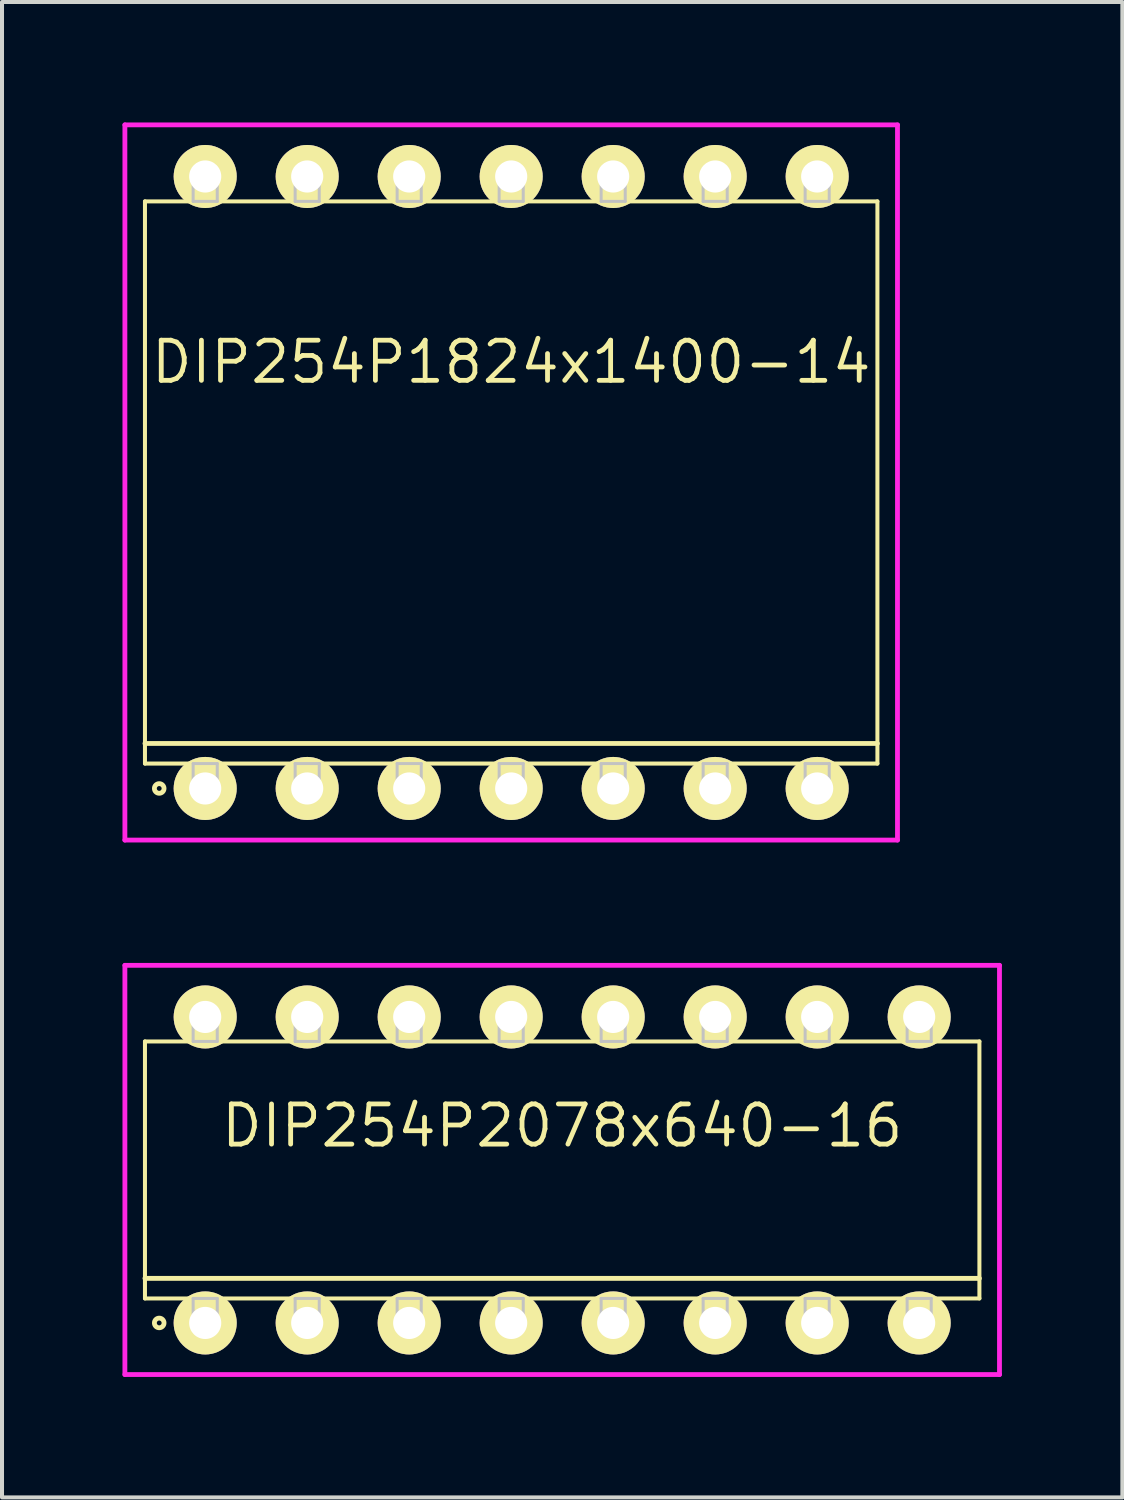
<source format=kicad_pcb>
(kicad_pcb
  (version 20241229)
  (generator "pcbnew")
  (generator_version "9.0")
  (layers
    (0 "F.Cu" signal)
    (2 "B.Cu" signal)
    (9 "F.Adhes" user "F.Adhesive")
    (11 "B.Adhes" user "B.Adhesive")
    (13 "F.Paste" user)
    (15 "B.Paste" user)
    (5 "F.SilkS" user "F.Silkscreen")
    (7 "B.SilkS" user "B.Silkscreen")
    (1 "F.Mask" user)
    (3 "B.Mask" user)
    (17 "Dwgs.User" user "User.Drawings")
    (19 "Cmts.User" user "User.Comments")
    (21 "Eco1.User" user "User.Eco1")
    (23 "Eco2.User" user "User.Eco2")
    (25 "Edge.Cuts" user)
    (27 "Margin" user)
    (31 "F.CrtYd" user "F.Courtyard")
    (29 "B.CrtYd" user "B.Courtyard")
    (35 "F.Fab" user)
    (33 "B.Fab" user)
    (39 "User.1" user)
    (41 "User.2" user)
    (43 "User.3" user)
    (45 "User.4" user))
  (footprint "DIP254P2078x640-16"
    (layer "F.Cu")
    (at 10.95 26.085)
    (property "Reference" "DIP254P2078x640-16" (at 0 -1.1 0) (layer "F.SilkS") (effects (font (size 1 1) (thickness 0.12))))
    (attr through_hole)
    (fp_line (start -10.39 -3.2) (end -10.39 3.2) (stroke (width 0.1) (type solid)) (layer "F.SilkS"))
    (fp_line (start -10.39 2.7) (end 10.39 2.7) (stroke (width 0.12) (type solid)) (layer "F.SilkS"))
    (fp_line (start -10.39 3.2) (end 10.39 3.2) (stroke (width 0.1) (type solid)) (layer "F.SilkS"))
    (fp_line (start 10.39 -3.2) (end -10.39 -3.2) (stroke (width 0.1) (type solid)) (layer "F.SilkS"))
    (fp_line (start 10.39 3.2) (end 10.39 -3.2) (stroke (width 0.1) (type solid)) (layer "F.SilkS"))
    (fp_circle (center -10.035 3.81) (end -9.915 3.81) (stroke (width 0.12) (type solid)) (fill no) (layer "F.SilkS"))
    (fp_line (start -9.19 -3.81) (end -9.19 -3.2) (stroke (width 0.075) (type solid)) (layer "Dwgs.User"))
    (fp_line (start -9.19 -3.2) (end -8.59 -3.2) (stroke (width 0.075) (type solid)) (layer "Dwgs.User"))
    (fp_line (start -9.19 3.2) (end -8.59 3.2) (stroke (width 0.075) (type solid)) (layer "Dwgs.User"))
    (fp_line (start -9.19 3.81) (end -9.19 3.2) (stroke (width 0.075) (type solid)) (layer "Dwgs.User"))
    (fp_line (start -8.59 -3.81) (end -9.19 -3.81) (stroke (width 0.075) (type solid)) (layer "Dwgs.User"))
    (fp_line (start -8.59 -3.2) (end -8.59 -3.81) (stroke (width 0.075) (type solid)) (layer "Dwgs.User"))
    (fp_line (start -8.59 3.2) (end -8.59 3.81) (stroke (width 0.075) (type solid)) (layer "Dwgs.User"))
    (fp_line (start -8.59 3.81) (end -9.19 3.81) (stroke (width 0.075) (type solid)) (layer "Dwgs.User"))
    (fp_line (start -6.65 -3.81) (end -6.65 -3.2) (stroke (width 0.075) (type solid)) (layer "Dwgs.User"))
    (fp_line (start -6.65 -3.2) (end -6.05 -3.2) (stroke (width 0.075) (type solid)) (layer "Dwgs.User"))
    (fp_line (start -6.65 3.2) (end -6.05 3.2) (stroke (width 0.075) (type solid)) (layer "Dwgs.User"))
    (fp_line (start -6.65 3.81) (end -6.65 3.2) (stroke (width 0.075) (type solid)) (layer "Dwgs.User"))
    (fp_line (start -6.05 -3.81) (end -6.65 -3.81) (stroke (width 0.075) (type solid)) (layer "Dwgs.User"))
    (fp_line (start -6.05 -3.2) (end -6.05 -3.81) (stroke (width 0.075) (type solid)) (layer "Dwgs.User"))
    (fp_line (start -6.05 3.2) (end -6.05 3.81) (stroke (width 0.075) (type solid)) (layer "Dwgs.User"))
    (fp_line (start -6.05 3.81) (end -6.65 3.81) (stroke (width 0.075) (type solid)) (layer "Dwgs.User"))
    (fp_line (start -4.11 -3.81) (end -4.11 -3.2) (stroke (width 0.075) (type solid)) (layer "Dwgs.User"))
    (fp_line (start -4.11 -3.2) (end -3.51 -3.2) (stroke (width 0.075) (type solid)) (layer "Dwgs.User"))
    (fp_line (start -4.11 3.2) (end -3.51 3.2) (stroke (width 0.075) (type solid)) (layer "Dwgs.User"))
    (fp_line (start -4.11 3.81) (end -4.11 3.2) (stroke (width 0.075) (type solid)) (layer "Dwgs.User"))
    (fp_line (start -3.51 -3.81) (end -4.11 -3.81) (stroke (width 0.075) (type solid)) (layer "Dwgs.User"))
    (fp_line (start -3.51 -3.2) (end -3.51 -3.81) (stroke (width 0.075) (type solid)) (layer "Dwgs.User"))
    (fp_line (start -3.51 3.2) (end -3.51 3.81) (stroke (width 0.075) (type solid)) (layer "Dwgs.User"))
    (fp_line (start -3.51 3.81) (end -4.11 3.81) (stroke (width 0.075) (type solid)) (layer "Dwgs.User"))
    (fp_line (start -1.57 -3.81) (end -1.57 -3.2) (stroke (width 0.075) (type solid)) (layer "Dwgs.User"))
    (fp_line (start -1.57 -3.2) (end -0.97 -3.2) (stroke (width 0.075) (type solid)) (layer "Dwgs.User"))
    (fp_line (start -1.57 3.2) (end -0.97 3.2) (stroke (width 0.075) (type solid)) (layer "Dwgs.User"))
    (fp_line (start -1.57 3.81) (end -1.57 3.2) (stroke (width 0.075) (type solid)) (layer "Dwgs.User"))
    (fp_line (start -0.97 -3.81) (end -1.57 -3.81) (stroke (width 0.075) (type solid)) (layer "Dwgs.User"))
    (fp_line (start -0.97 -3.2) (end -0.97 -3.81) (stroke (width 0.075) (type solid)) (layer "Dwgs.User"))
    (fp_line (start -0.97 3.2) (end -0.97 3.81) (stroke (width 0.075) (type solid)) (layer "Dwgs.User"))
    (fp_line (start -0.97 3.81) (end -1.57 3.81) (stroke (width 0.075) (type solid)) (layer "Dwgs.User"))
    (fp_line (start 0.97 -3.81) (end 0.97 -3.2) (stroke (width 0.075) (type solid)) (layer "Dwgs.User"))
    (fp_line (start 0.97 -3.2) (end 1.57 -3.2) (stroke (width 0.075) (type solid)) (layer "Dwgs.User"))
    (fp_line (start 0.97 3.2) (end 1.57 3.2) (stroke (width 0.075) (type solid)) (layer "Dwgs.User"))
    (fp_line (start 0.97 3.81) (end 0.97 3.2) (stroke (width 0.075) (type solid)) (layer "Dwgs.User"))
    (fp_line (start 1.57 -3.81) (end 0.97 -3.81) (stroke (width 0.075) (type solid)) (layer "Dwgs.User"))
    (fp_line (start 1.57 -3.2) (end 1.57 -3.81) (stroke (width 0.075) (type solid)) (layer "Dwgs.User"))
    (fp_line (start 1.57 3.2) (end 1.57 3.81) (stroke (width 0.075) (type solid)) (layer "Dwgs.User"))
    (fp_line (start 1.57 3.81) (end 0.97 3.81) (stroke (width 0.075) (type solid)) (layer "Dwgs.User"))
    (fp_line (start 3.51 -3.81) (end 3.51 -3.2) (stroke (width 0.075) (type solid)) (layer "Dwgs.User"))
    (fp_line (start 3.51 -3.2) (end 4.11 -3.2) (stroke (width 0.075) (type solid)) (layer "Dwgs.User"))
    (fp_line (start 3.51 3.2) (end 4.11 3.2) (stroke (width 0.075) (type solid)) (layer "Dwgs.User"))
    (fp_line (start 3.51 3.81) (end 3.51 3.2) (stroke (width 0.075) (type solid)) (layer "Dwgs.User"))
    (fp_line (start 4.11 -3.81) (end 3.51 -3.81) (stroke (width 0.075) (type solid)) (layer "Dwgs.User"))
    (fp_line (start 4.11 -3.2) (end 4.11 -3.81) (stroke (width 0.075) (type solid)) (layer "Dwgs.User"))
    (fp_line (start 4.11 3.2) (end 4.11 3.81) (stroke (width 0.075) (type solid)) (layer "Dwgs.User"))
    (fp_line (start 4.11 3.81) (end 3.51 3.81) (stroke (width 0.075) (type solid)) (layer "Dwgs.User"))
    (fp_line (start 6.05 -3.81) (end 6.05 -3.2) (stroke (width 0.075) (type solid)) (layer "Dwgs.User"))
    (fp_line (start 6.05 -3.2) (end 6.65 -3.2) (stroke (width 0.075) (type solid)) (layer "Dwgs.User"))
    (fp_line (start 6.05 3.2) (end 6.65 3.2) (stroke (width 0.075) (type solid)) (layer "Dwgs.User"))
    (fp_line (start 6.05 3.81) (end 6.05 3.2) (stroke (width 0.075) (type solid)) (layer "Dwgs.User"))
    (fp_line (start 6.65 -3.81) (end 6.05 -3.81) (stroke (width 0.075) (type solid)) (layer "Dwgs.User"))
    (fp_line (start 6.65 -3.2) (end 6.65 -3.81) (stroke (width 0.075) (type solid)) (layer "Dwgs.User"))
    (fp_line (start 6.65 3.2) (end 6.65 3.81) (stroke (width 0.075) (type solid)) (layer "Dwgs.User"))
    (fp_line (start 6.65 3.81) (end 6.05 3.81) (stroke (width 0.075) (type solid)) (layer "Dwgs.User"))
    (fp_line (start 8.59 -3.81) (end 8.59 -3.2) (stroke (width 0.075) (type solid)) (layer "Dwgs.User"))
    (fp_line (start 8.59 -3.2) (end 9.19 -3.2) (stroke (width 0.075) (type solid)) (layer "Dwgs.User"))
    (fp_line (start 8.59 3.2) (end 9.19 3.2) (stroke (width 0.075) (type solid)) (layer "Dwgs.User"))
    (fp_line (start 8.59 3.81) (end 8.59 3.2) (stroke (width 0.075) (type solid)) (layer "Dwgs.User"))
    (fp_line (start 9.19 -3.81) (end 8.59 -3.81) (stroke (width 0.075) (type solid)) (layer "Dwgs.User"))
    (fp_line (start 9.19 -3.2) (end 9.19 -3.81) (stroke (width 0.075) (type solid)) (layer "Dwgs.User"))
    (fp_line (start 9.19 3.2) (end 9.19 3.81) (stroke (width 0.075) (type solid)) (layer "Dwgs.User"))
    (fp_line (start 9.19 3.81) (end 8.59 3.81) (stroke (width 0.075) (type solid)) (layer "Dwgs.User"))
    (fp_line (start -0.75 0) (end 0.75 0) (stroke (width 0.12) (type solid)) (layer "Eco1.User"))
    (fp_line (start 0 -0.75) (end 0 0.75) (stroke (width 0.12) (type solid)) (layer "Eco1.User"))
    (fp_circle (center 0 0) (end 0.5 0) (stroke (width 0.12) (type solid)) (fill no) (layer "Eco1.User"))
    (fp_line (start -10.89 -5.095) (end -10.89 5.095) (stroke (width 0.12) (type solid)) (layer "F.CrtYd"))
    (fp_line (start -10.89 5.095) (end 10.89 5.095) (stroke (width 0.12) (type solid)) (layer "F.CrtYd"))
    (fp_line (start 10.89 -5.095) (end -10.89 -5.095) (stroke (width 0.12) (type solid)) (layer "F.CrtYd"))
    (fp_line (start 10.89 5.095) (end 10.89 -5.095) (stroke (width 0.12) (type solid)) (layer "F.CrtYd"))
    (pad "1" thru_hole oval (at -8.89 3.81) (size 1.57 1.57) (drill 0.8) (layers "*.Cu" "*.Mask" "F.SilkS"))
    (pad "2" thru_hole oval (at -6.35 3.81) (size 1.57 1.57) (drill 0.8) (layers "*.Cu" "*.Mask" "F.SilkS"))
    (pad "3" thru_hole oval (at -3.81 3.81) (size 1.57 1.57) (drill 0.8) (layers "*.Cu" "*.Mask" "F.SilkS"))
    (pad "4" thru_hole oval (at -1.27 3.81) (size 1.57 1.57) (drill 0.8) (layers "*.Cu" "*.Mask" "F.SilkS"))
    (pad "5" thru_hole oval (at 1.27 3.81) (size 1.57 1.57) (drill 0.8) (layers "*.Cu" "*.Mask" "F.SilkS"))
    (pad "6" thru_hole oval (at 3.81 3.81) (size 1.57 1.57) (drill 0.8) (layers "*.Cu" "*.Mask" "F.SilkS"))
    (pad "7" thru_hole oval (at 6.35 3.81) (size 1.57 1.57) (drill 0.8) (layers "*.Cu" "*.Mask" "F.SilkS"))
    (pad "8" thru_hole oval (at 8.89 3.81) (size 1.57 1.57) (drill 0.8) (layers "*.Cu" "*.Mask" "F.SilkS"))
    (pad "9" thru_hole oval (at 8.89 -3.81) (size 1.57 1.57) (drill 0.8) (layers "*.Cu" "*.Mask" "F.SilkS"))
    (pad "10" thru_hole oval (at 6.35 -3.81) (size 1.57 1.57) (drill 0.8) (layers "*.Cu" "*.Mask" "F.SilkS"))
    (pad "11" thru_hole oval (at 3.81 -3.81) (size 1.57 1.57) (drill 0.8) (layers "*.Cu" "*.Mask" "F.SilkS"))
    (pad "12" thru_hole oval (at 1.27 -3.81) (size 1.57 1.57) (drill 0.8) (layers "*.Cu" "*.Mask" "F.SilkS"))
    (pad "13" thru_hole oval (at -1.27 -3.81) (size 1.57 1.57) (drill 0.8) (layers "*.Cu" "*.Mask" "F.SilkS"))
    (pad "14" thru_hole oval (at -3.81 -3.81) (size 1.57 1.57) (drill 0.8) (layers "*.Cu" "*.Mask" "F.SilkS"))
    (pad "15" thru_hole oval (at -6.35 -3.81) (size 1.57 1.57) (drill 0.8) (layers "*.Cu" "*.Mask" "F.SilkS"))
    (pad "16" thru_hole oval (at -8.89 -3.81) (size 1.57 1.57) (drill 0.8) (layers "*.Cu" "*.Mask" "F.SilkS")))
  (footprint "DIP254P1824x1400-14"
    (layer "F.Cu")
    (at 9.68 8.965)
    (property "Reference" "DIP254P1824x1400-14" (at 0 -3 0) (layer "F.SilkS") (effects (font (size 1 1) (thickness 0.12))))
    (attr through_hole)
    (fp_line (start -9.12 -7) (end -9.12 7) (stroke (width 0.1) (type solid)) (layer "F.SilkS"))
    (fp_line (start -9.12 6.5) (end 9.12 6.5) (stroke (width 0.12) (type solid)) (layer "F.SilkS"))
    (fp_line (start -9.12 7) (end 9.12 7) (stroke (width 0.1) (type solid)) (layer "F.SilkS"))
    (fp_line (start 9.12 -7) (end -9.12 -7) (stroke (width 0.1) (type solid)) (layer "F.SilkS"))
    (fp_line (start 9.12 7) (end 9.12 -7) (stroke (width 0.1) (type solid)) (layer "F.SilkS"))
    (fp_circle (center -8.765 7.62) (end -8.645 7.62) (stroke (width 0.12) (type solid)) (fill no) (layer "F.SilkS"))
    (fp_line (start -7.92 -7.62) (end -7.92 -7) (stroke (width 0.075) (type solid)) (layer "Dwgs.User"))
    (fp_line (start -7.92 -7) (end -7.32 -7) (stroke (width 0.075) (type solid)) (layer "Dwgs.User"))
    (fp_line (start -7.92 7) (end -7.32 7) (stroke (width 0.075) (type solid)) (layer "Dwgs.User"))
    (fp_line (start -7.92 7.62) (end -7.92 7) (stroke (width 0.075) (type solid)) (layer "Dwgs.User"))
    (fp_line (start -7.32 -7.62) (end -7.92 -7.62) (stroke (width 0.075) (type solid)) (layer "Dwgs.User"))
    (fp_line (start -7.32 -7) (end -7.32 -7.62) (stroke (width 0.075) (type solid)) (layer "Dwgs.User"))
    (fp_line (start -7.32 7) (end -7.32 7.62) (stroke (width 0.075) (type solid)) (layer "Dwgs.User"))
    (fp_line (start -7.32 7.62) (end -7.92 7.62) (stroke (width 0.075) (type solid)) (layer "Dwgs.User"))
    (fp_line (start -5.38 -7.62) (end -5.38 -7) (stroke (width 0.075) (type solid)) (layer "Dwgs.User"))
    (fp_line (start -5.38 -7) (end -4.78 -7) (stroke (width 0.075) (type solid)) (layer "Dwgs.User"))
    (fp_line (start -5.38 7) (end -4.78 7) (stroke (width 0.075) (type solid)) (layer "Dwgs.User"))
    (fp_line (start -5.38 7.62) (end -5.38 7) (stroke (width 0.075) (type solid)) (layer "Dwgs.User"))
    (fp_line (start -4.78 -7.62) (end -5.38 -7.62) (stroke (width 0.075) (type solid)) (layer "Dwgs.User"))
    (fp_line (start -4.78 -7) (end -4.78 -7.62) (stroke (width 0.075) (type solid)) (layer "Dwgs.User"))
    (fp_line (start -4.78 7) (end -4.78 7.62) (stroke (width 0.075) (type solid)) (layer "Dwgs.User"))
    (fp_line (start -4.78 7.62) (end -5.38 7.62) (stroke (width 0.075) (type solid)) (layer "Dwgs.User"))
    (fp_line (start -2.84 -7.62) (end -2.84 -7) (stroke (width 0.075) (type solid)) (layer "Dwgs.User"))
    (fp_line (start -2.84 -7) (end -2.24 -7) (stroke (width 0.075) (type solid)) (layer "Dwgs.User"))
    (fp_line (start -2.84 7) (end -2.24 7) (stroke (width 0.075) (type solid)) (layer "Dwgs.User"))
    (fp_line (start -2.84 7.62) (end -2.84 7) (stroke (width 0.075) (type solid)) (layer "Dwgs.User"))
    (fp_line (start -2.24 -7.62) (end -2.84 -7.62) (stroke (width 0.075) (type solid)) (layer "Dwgs.User"))
    (fp_line (start -2.24 -7) (end -2.24 -7.62) (stroke (width 0.075) (type solid)) (layer "Dwgs.User"))
    (fp_line (start -2.24 7) (end -2.24 7.62) (stroke (width 0.075) (type solid)) (layer "Dwgs.User"))
    (fp_line (start -2.24 7.62) (end -2.84 7.62) (stroke (width 0.075) (type solid)) (layer "Dwgs.User"))
    (fp_line (start -0.3 -7.62) (end -0.3 -7) (stroke (width 0.075) (type solid)) (layer "Dwgs.User"))
    (fp_line (start -0.3 -7) (end 0.3 -7) (stroke (width 0.075) (type solid)) (layer "Dwgs.User"))
    (fp_line (start -0.3 7) (end 0.3 7) (stroke (width 0.075) (type solid)) (layer "Dwgs.User"))
    (fp_line (start -0.3 7.62) (end -0.3 7) (stroke (width 0.075) (type solid)) (layer "Dwgs.User"))
    (fp_line (start 0.3 -7.62) (end -0.3 -7.62) (stroke (width 0.075) (type solid)) (layer "Dwgs.User"))
    (fp_line (start 0.3 -7) (end 0.3 -7.62) (stroke (width 0.075) (type solid)) (layer "Dwgs.User"))
    (fp_line (start 0.3 7) (end 0.3 7.62) (stroke (width 0.075) (type solid)) (layer "Dwgs.User"))
    (fp_line (start 0.3 7.62) (end -0.3 7.62) (stroke (width 0.075) (type solid)) (layer "Dwgs.User"))
    (fp_line (start 2.24 -7.62) (end 2.24 -7) (stroke (width 0.075) (type solid)) (layer "Dwgs.User"))
    (fp_line (start 2.24 -7) (end 2.84 -7) (stroke (width 0.075) (type solid)) (layer "Dwgs.User"))
    (fp_line (start 2.24 7) (end 2.84 7) (stroke (width 0.075) (type solid)) (layer "Dwgs.User"))
    (fp_line (start 2.24 7.62) (end 2.24 7) (stroke (width 0.075) (type solid)) (layer "Dwgs.User"))
    (fp_line (start 2.84 -7.62) (end 2.24 -7.62) (stroke (width 0.075) (type solid)) (layer "Dwgs.User"))
    (fp_line (start 2.84 -7) (end 2.84 -7.62) (stroke (width 0.075) (type solid)) (layer "Dwgs.User"))
    (fp_line (start 2.84 7) (end 2.84 7.62) (stroke (width 0.075) (type solid)) (layer "Dwgs.User"))
    (fp_line (start 2.84 7.62) (end 2.24 7.62) (stroke (width 0.075) (type solid)) (layer "Dwgs.User"))
    (fp_line (start 4.78 -7.62) (end 4.78 -7) (stroke (width 0.075) (type solid)) (layer "Dwgs.User"))
    (fp_line (start 4.78 -7) (end 5.38 -7) (stroke (width 0.075) (type solid)) (layer "Dwgs.User"))
    (fp_line (start 4.78 7) (end 5.38 7) (stroke (width 0.075) (type solid)) (layer "Dwgs.User"))
    (fp_line (start 4.78 7.62) (end 4.78 7) (stroke (width 0.075) (type solid)) (layer "Dwgs.User"))
    (fp_line (start 5.38 -7.62) (end 4.78 -7.62) (stroke (width 0.075) (type solid)) (layer "Dwgs.User"))
    (fp_line (start 5.38 -7) (end 5.38 -7.62) (stroke (width 0.075) (type solid)) (layer "Dwgs.User"))
    (fp_line (start 5.38 7) (end 5.38 7.62) (stroke (width 0.075) (type solid)) (layer "Dwgs.User"))
    (fp_line (start 5.38 7.62) (end 4.78 7.62) (stroke (width 0.075) (type solid)) (layer "Dwgs.User"))
    (fp_line (start 7.32 -7.62) (end 7.32 -7) (stroke (width 0.075) (type solid)) (layer "Dwgs.User"))
    (fp_line (start 7.32 -7) (end 7.92 -7) (stroke (width 0.075) (type solid)) (layer "Dwgs.User"))
    (fp_line (start 7.32 7) (end 7.92 7) (stroke (width 0.075) (type solid)) (layer "Dwgs.User"))
    (fp_line (start 7.32 7.62) (end 7.32 7) (stroke (width 0.075) (type solid)) (layer "Dwgs.User"))
    (fp_line (start 7.92 -7.62) (end 7.32 -7.62) (stroke (width 0.075) (type solid)) (layer "Dwgs.User"))
    (fp_line (start 7.92 -7) (end 7.92 -7.62) (stroke (width 0.075) (type solid)) (layer "Dwgs.User"))
    (fp_line (start 7.92 7) (end 7.92 7.62) (stroke (width 0.075) (type solid)) (layer "Dwgs.User"))
    (fp_line (start 7.92 7.62) (end 7.32 7.62) (stroke (width 0.075) (type solid)) (layer "Dwgs.User"))
    (fp_line (start -0.75 0) (end 0.75 0) (stroke (width 0.12) (type solid)) (layer "Eco1.User"))
    (fp_line (start 0 -0.75) (end 0 0.75) (stroke (width 0.12) (type solid)) (layer "Eco1.User"))
    (fp_circle (center 0 0) (end 0.5 0) (stroke (width 0.12) (type solid)) (fill no) (layer "Eco1.User"))
    (fp_line (start -9.62 -8.905) (end -9.62 8.905) (stroke (width 0.12) (type solid)) (layer "F.CrtYd"))
    (fp_line (start -9.62 8.905) (end 9.62 8.905) (stroke (width 0.12) (type solid)) (layer "F.CrtYd"))
    (fp_line (start 9.62 -8.905) (end -9.62 -8.905) (stroke (width 0.12) (type solid)) (layer "F.CrtYd"))
    (fp_line (start 9.62 8.905) (end 9.62 -8.905) (stroke (width 0.12) (type solid)) (layer "F.CrtYd"))
    (pad "1" thru_hole oval (at -7.62 7.62) (size 1.57 1.57) (drill 0.8) (layers "*.Cu" "*.Mask" "F.SilkS"))
    (pad "2" thru_hole oval (at -5.08 7.62) (size 1.57 1.57) (drill 0.8) (layers "*.Cu" "*.Mask" "F.SilkS"))
    (pad "3" thru_hole oval (at -2.54 7.62) (size 1.57 1.57) (drill 0.8) (layers "*.Cu" "*.Mask" "F.SilkS"))
    (pad "4" thru_hole oval (at 0 7.62) (size 1.57 1.57) (drill 0.8) (layers "*.Cu" "*.Mask" "F.SilkS"))
    (pad "5" thru_hole oval (at 2.54 7.62) (size 1.57 1.57) (drill 0.8) (layers "*.Cu" "*.Mask" "F.SilkS"))
    (pad "6" thru_hole oval (at 5.08 7.62) (size 1.57 1.57) (drill 0.8) (layers "*.Cu" "*.Mask" "F.SilkS"))
    (pad "7" thru_hole oval (at 7.62 7.62) (size 1.57 1.57) (drill 0.8) (layers "*.Cu" "*.Mask" "F.SilkS"))
    (pad "8" thru_hole oval (at 7.62 -7.62) (size 1.57 1.57) (drill 0.8) (layers "*.Cu" "*.Mask" "F.SilkS"))
    (pad "9" thru_hole oval (at 5.08 -7.62) (size 1.57 1.57) (drill 0.8) (layers "*.Cu" "*.Mask" "F.SilkS"))
    (pad "10" thru_hole oval (at 2.54 -7.62) (size 1.57 1.57) (drill 0.8) (layers "*.Cu" "*.Mask" "F.SilkS"))
    (pad "11" thru_hole oval (at 0 -7.62) (size 1.57 1.57) (drill 0.8) (layers "*.Cu" "*.Mask" "F.SilkS"))
    (pad "12" thru_hole oval (at -2.54 -7.62) (size 1.57 1.57) (drill 0.8) (layers "*.Cu" "*.Mask" "F.SilkS"))
    (pad "13" thru_hole oval (at -5.08 -7.62) (size 1.57 1.57) (drill 0.8) (layers "*.Cu" "*.Mask" "F.SilkS"))
    (pad "14" thru_hole oval (at -7.62 -7.62) (size 1.57 1.57) (drill 0.8) (layers "*.Cu" "*.Mask" "F.SilkS")))
  (gr_rect
    (start -3 -3)
    (end 24.9 34.24)
    (stroke (width 0.1) (type default))
    (fill no)
    (layer "Edge.Cuts")))
</source>
